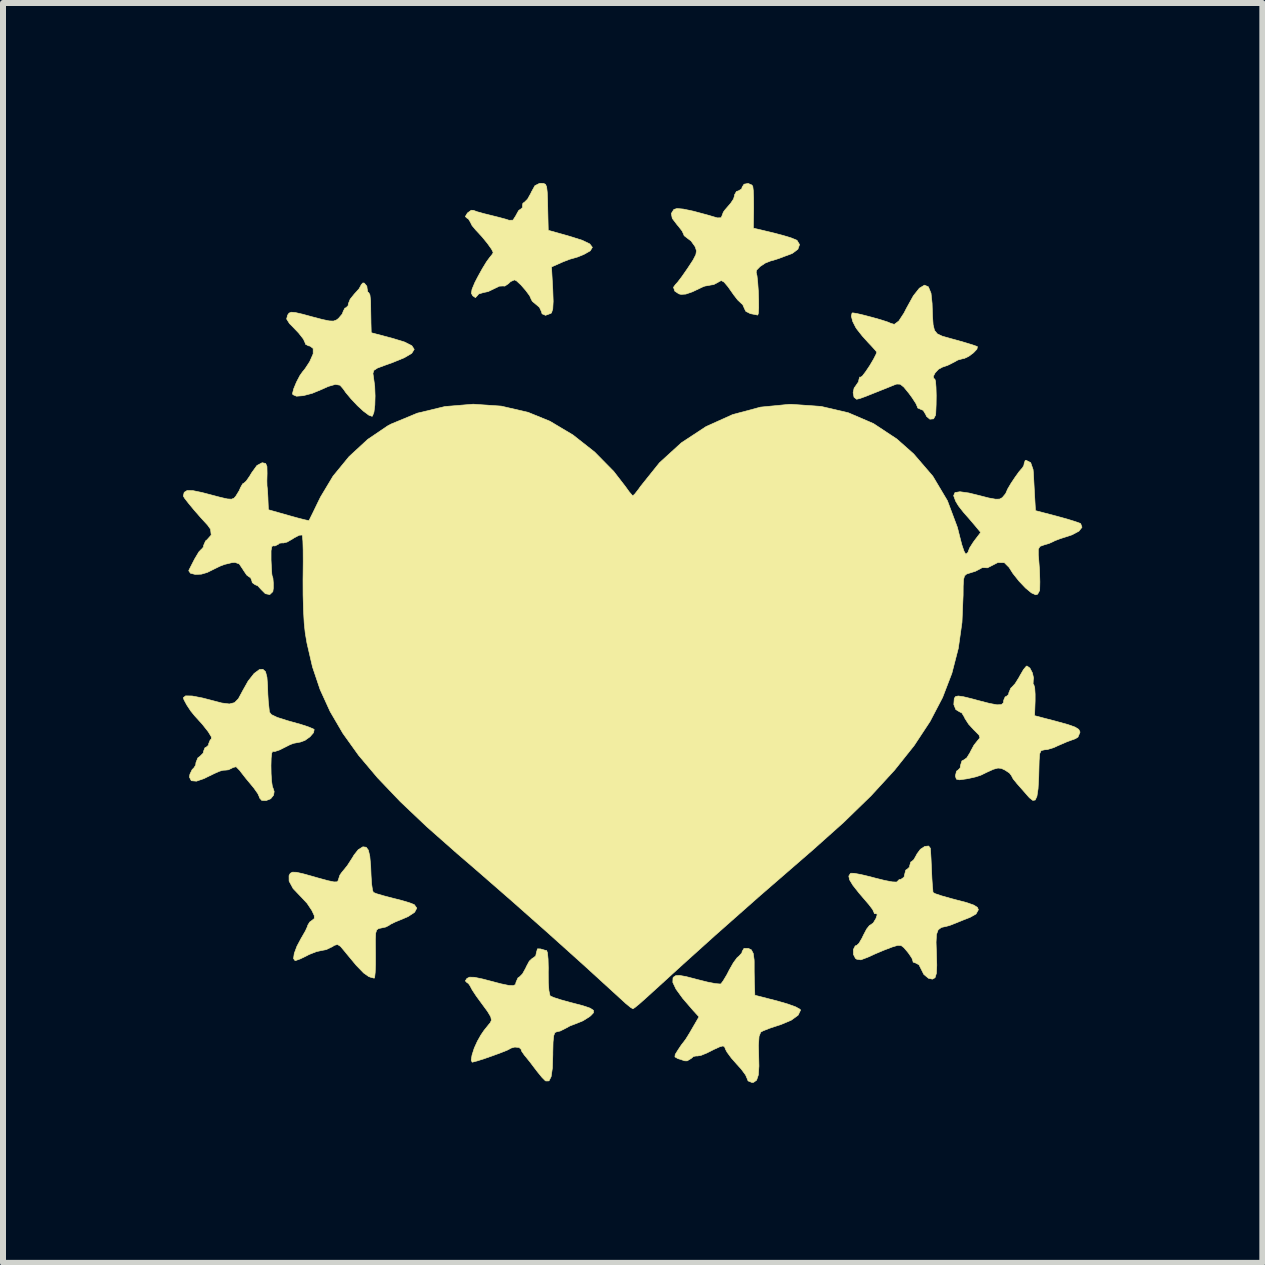
<source format=kicad_pcb>
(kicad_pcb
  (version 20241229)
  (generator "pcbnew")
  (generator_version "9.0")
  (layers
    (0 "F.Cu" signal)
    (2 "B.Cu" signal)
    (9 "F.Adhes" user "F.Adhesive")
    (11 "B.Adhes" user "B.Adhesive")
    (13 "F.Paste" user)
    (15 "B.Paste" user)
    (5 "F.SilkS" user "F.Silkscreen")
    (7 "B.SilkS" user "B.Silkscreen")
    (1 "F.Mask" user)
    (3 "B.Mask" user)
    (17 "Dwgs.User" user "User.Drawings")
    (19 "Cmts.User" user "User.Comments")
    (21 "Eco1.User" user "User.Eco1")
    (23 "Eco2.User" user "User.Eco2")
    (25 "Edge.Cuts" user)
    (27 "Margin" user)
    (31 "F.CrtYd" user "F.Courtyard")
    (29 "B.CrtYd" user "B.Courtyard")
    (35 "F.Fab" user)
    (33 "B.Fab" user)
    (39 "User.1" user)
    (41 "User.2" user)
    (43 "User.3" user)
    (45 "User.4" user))
  (footprint "eu_love"
    (layer "F.Cu")
    (at 6.651 7.964)
    (property "Reference" "eu_love" (at 0 0 0) (layer "F.SilkS") (effects (font (size 1.524 1.524) (thickness 0.3))))
    (attr through_hole)
    (fp_poly (pts (xy 2.772 4.792) (xy 2.821 4.816) (xy 2.852 4.875) (xy 2.867 4.982) (xy 2.868 5.016) (xy 2.868 5.173) (xy 2.871 5.345) (xy 2.872 5.379) (xy 2.879 5.572) (xy 3.26 5.67) (xy 3.432 5.72) (xy 3.561 5.767) (xy 3.632 5.807) (xy 3.641 5.82) (xy 3.6 5.905) (xy 3.486 5.988) (xy 3.308 6.063) (xy 3.256 6.079) (xy 3.121 6.124) (xy 3.016 6.166) (xy 2.977 6.187) (xy 2.949 6.258) (xy 2.939 6.405) (xy 2.942 6.532) (xy 2.947 6.753) (xy 2.937 6.901) (xy 2.908 6.988) (xy 2.858 7.024) (xy 2.832 7.027) (xy 2.766 7) (xy 2.752 6.964) (xy 2.724 6.9) (xy 2.652 6.803) (xy 2.584 6.728) (xy 2.487 6.618) (xy 2.415 6.52) (xy 2.391 6.475) (xy 2.375 6.434) (xy 2.35 6.417) (xy 2.297 6.43) (xy 2.2 6.474) (xy 2.081 6.534) (xy 1.981 6.575) (xy 1.913 6.586) (xy 1.906 6.583) (xy 1.855 6.593) (xy 1.822 6.623) (xy 1.751 6.666) (xy 1.711 6.665) (xy 1.596 6.628) (xy 1.547 6.6) (xy 1.552 6.559) (xy 1.596 6.488) (xy 1.654 6.401) (xy 1.693 6.351) (xy 1.694 6.35) (xy 1.728 6.304) (xy 1.787 6.209) (xy 1.833 6.13) (xy 1.948 5.932) (xy 1.852 5.827) (xy 1.677 5.624) (xy 1.565 5.47) (xy 1.512 5.358) (xy 1.515 5.283) (xy 1.523 5.271) (xy 1.56 5.246) (xy 1.624 5.242) (xy 1.732 5.261) (xy 1.901 5.305) (xy 1.924 5.311) (xy 2.087 5.352) (xy 2.22 5.378) (xy 2.301 5.385) (xy 2.314 5.382) (xy 2.352 5.331) (xy 2.412 5.231) (xy 2.454 5.149) (xy 2.522 5.03) (xy 2.584 4.946) (xy 2.613 4.922) (xy 2.663 4.867) (xy 2.667 4.843) (xy 2.698 4.792) (xy 2.772 4.792)) (stroke (width 0.01) (type solid)) (fill yes) (layer "F.SilkS"))
    (fp_poly (pts (xy -3.63 -6.296) (xy -3.587 -6.244) (xy -3.583 -6.208) (xy -3.572 -6.148) (xy -3.557 -6.138) (xy -3.536 -6.101) (xy -3.525 -6.008) (xy -3.524 -5.98) (xy -3.522 -5.826) (xy -3.519 -5.662) (xy -3.519 -5.645) (xy -3.514 -5.469) (xy -3.154 -5.374) (xy -2.956 -5.313) (xy -2.838 -5.253) (xy -2.798 -5.192) (xy -2.839 -5.126) (xy -2.962 -5.053) (xy -3.166 -4.969) (xy -3.285 -4.927) (xy -3.409 -4.881) (xy -3.47 -4.842) (xy -3.486 -4.791) (xy -3.476 -4.723) (xy -3.456 -4.577) (xy -3.45 -4.416) (xy -3.454 -4.264) (xy -3.469 -4.145) (xy -3.494 -4.08) (xy -3.501 -4.076) (xy -3.554 -4.095) (xy -3.644 -4.162) (xy -3.744 -4.254) (xy -3.852 -4.369) (xy -3.939 -4.473) (xy -3.98 -4.532) (xy -4.034 -4.594) (xy -4.111 -4.608) (xy -4.23 -4.574) (xy -4.33 -4.529) (xy -4.498 -4.459) (xy -4.647 -4.42) (xy -4.76 -4.411) (xy -4.82 -4.437) (xy -4.826 -4.457) (xy -4.806 -4.535) (xy -4.76 -4.646) (xy -4.703 -4.755) (xy -4.655 -4.823) (xy -4.651 -4.826) (xy -4.614 -4.873) (xy -4.555 -4.963) (xy -4.538 -4.99) (xy -4.482 -5.117) (xy -4.482 -5.207) (xy -4.538 -5.248) (xy -4.555 -5.249) (xy -4.609 -5.276) (xy -4.614 -5.296) (xy -4.644 -5.363) (xy -4.725 -5.466) (xy -4.843 -5.589) (xy -4.876 -5.621) (xy -4.924 -5.698) (xy -4.908 -5.762) (xy -4.884 -5.796) (xy -4.846 -5.811) (xy -4.777 -5.805) (xy -4.659 -5.778) (xy -4.505 -5.736) (xy -4.33 -5.69) (xy -4.216 -5.666) (xy -4.145 -5.663) (xy -4.096 -5.68) (xy -4.061 -5.706) (xy -3.998 -5.78) (xy -3.979 -5.83) (xy -3.953 -5.88) (xy -3.937 -5.884) (xy -3.9 -5.919) (xy -3.895 -5.954) (xy -3.865 -6.028) (xy -3.795 -6.115) (xy -3.789 -6.121) (xy -3.717 -6.201) (xy -3.683 -6.263) (xy -3.683 -6.267) (xy -3.653 -6.299) (xy -3.63 -6.296)) (stroke (width 0.01) (type solid)) (fill yes) (layer "F.SilkS"))
    (fp_poly (pts (xy -3.598 3.106) (xy -3.562 3.154) (xy -3.538 3.256) (xy -3.523 3.422) (xy -3.517 3.577) (xy -3.508 3.717) (xy -3.493 3.819) (xy -3.479 3.858) (xy -3.426 3.88) (xy -3.314 3.913) (xy -3.166 3.952) (xy -3.153 3.955) (xy -2.997 3.995) (xy -2.871 4.033) (xy -2.799 4.061) (xy -2.797 4.062) (xy -2.755 4.12) (xy -2.791 4.189) (xy -2.898 4.26) (xy -2.992 4.301) (xy -3.112 4.35) (xy -3.196 4.391) (xy -3.217 4.407) (xy -3.271 4.435) (xy -3.344 4.451) (xy -3.393 4.461) (xy -3.423 4.484) (xy -3.44 4.538) (xy -3.445 4.637) (xy -3.444 4.799) (xy -3.443 4.879) (xy -3.443 5.054) (xy -3.448 5.191) (xy -3.457 5.273) (xy -3.464 5.288) (xy -3.525 5.272) (xy -3.556 5.261) (xy -3.64 5.202) (xy -3.764 5.074) (xy -3.93 4.874) (xy -3.95 4.849) (xy -4.026 4.758) (xy -4.077 4.726) (xy -4.129 4.741) (xy -4.16 4.762) (xy -4.264 4.812) (xy -4.339 4.826) (xy -4.43 4.846) (xy -4.551 4.894) (xy -4.583 4.911) (xy -4.691 4.964) (xy -4.77 4.993) (xy -4.784 4.995) (xy -4.809 4.962) (xy -4.797 4.876) (xy -4.752 4.755) (xy -4.68 4.62) (xy -4.671 4.605) (xy -4.61 4.499) (xy -4.575 4.422) (xy -4.572 4.406) (xy -4.54 4.353) (xy -4.504 4.327) (xy -4.462 4.293) (xy -4.464 4.243) (xy -4.503 4.16) (xy -4.583 4.04) (xy -4.686 3.93) (xy -4.687 3.929) (xy -4.816 3.794) (xy -4.883 3.67) (xy -4.884 3.579) (xy -4.863 3.54) (xy -4.827 3.521) (xy -4.761 3.523) (xy -4.649 3.548) (xy -4.476 3.596) (xy -4.411 3.615) (xy -4.24 3.662) (xy -4.134 3.684) (xy -4.08 3.682) (xy -4.064 3.657) (xy -4.064 3.654) (xy -4.037 3.571) (xy -4.011 3.533) (xy -3.914 3.414) (xy -3.826 3.278) (xy -3.802 3.237) (xy -3.731 3.147) (xy -3.654 3.099) (xy -3.649 3.099) (xy -3.598 3.106)) (stroke (width 0.01) (type solid)) (fill yes) (layer "F.SilkS"))
    (fp_poly (pts (xy 5.771 -6.234) (xy 5.815 -6.127) (xy 5.833 -5.958) (xy 5.84 -5.746) (xy 5.85 -5.601) (xy 5.873 -5.508) (xy 5.92 -5.45) (xy 6.001 -5.412) (xy 6.127 -5.376) (xy 6.216 -5.352) (xy 6.378 -5.306) (xy 6.506 -5.267) (xy 6.58 -5.241) (xy 6.589 -5.236) (xy 6.58 -5.195) (xy 6.523 -5.135) (xy 6.444 -5.076) (xy 6.371 -5.041) (xy 6.351 -5.038) (xy 6.264 -5.015) (xy 6.201 -4.98) (xy 6.092 -4.925) (xy 6.006 -4.896) (xy 5.939 -4.86) (xy 5.883 -4.799) (xy 5.852 -4.738) (xy 5.864 -4.701) (xy 5.878 -4.699) (xy 5.89 -4.661) (xy 5.898 -4.561) (xy 5.902 -4.423) (xy 5.9 -4.271) (xy 5.894 -4.128) (xy 5.891 -4.096) (xy 5.858 -4.034) (xy 5.796 -4.028) (xy 5.74 -4.075) (xy 5.727 -4.106) (xy 5.685 -4.175) (xy 5.647 -4.191) (xy 5.593 -4.215) (xy 5.588 -4.233) (xy 5.564 -4.288) (xy 5.502 -4.384) (xy 5.448 -4.458) (xy 5.362 -4.563) (xy 5.302 -4.611) (xy 5.245 -4.614) (xy 5.205 -4.6) (xy 5.087 -4.552) (xy 4.974 -4.507) (xy 4.839 -4.453) (xy 4.729 -4.409) (xy 4.633 -4.374) (xy 4.575 -4.36) (xy 4.532 -4.394) (xy 4.517 -4.47) (xy 4.534 -4.548) (xy 4.555 -4.576) (xy 4.607 -4.652) (xy 4.614 -4.69) (xy 4.628 -4.732) (xy 4.643 -4.727) (xy 4.672 -4.749) (xy 4.727 -4.821) (xy 4.794 -4.921) (xy 4.856 -5.026) (xy 4.899 -5.11) (xy 4.911 -5.147) (xy 4.884 -5.18) (xy 4.817 -5.254) (xy 4.773 -5.3) (xy 4.67 -5.414) (xy 4.581 -5.527) (xy 4.561 -5.556) (xy 4.51 -5.657) (xy 4.487 -5.746) (xy 4.499 -5.796) (xy 4.51 -5.8) (xy 4.579 -5.789) (xy 4.698 -5.761) (xy 4.839 -5.724) (xy 4.977 -5.685) (xy 5.086 -5.65) (xy 5.138 -5.628) (xy 5.203 -5.608) (xy 5.278 -5.664) (xy 5.365 -5.797) (xy 5.406 -5.877) (xy 5.52 -6.083) (xy 5.621 -6.211) (xy 5.706 -6.262) (xy 5.771 -6.234)) (stroke (width 0.01) (type solid)) (fill yes) (layer "F.SilkS"))
    (fp_poly (pts (xy 2.83 -7.93) (xy 2.845 -7.906) (xy 2.853 -7.84) (xy 2.858 -7.715) (xy 2.859 -7.556) (xy 2.859 -7.533) (xy 2.854 -7.212) (xy 3.187 -7.133) (xy 3.351 -7.09) (xy 3.488 -7.048) (xy 3.573 -7.013) (xy 3.582 -7.008) (xy 3.624 -6.938) (xy 3.596 -6.86) (xy 3.505 -6.792) (xy 3.479 -6.781) (xy 3.362 -6.738) (xy 3.281 -6.707) (xy 3.185 -6.676) (xy 3.141 -6.665) (xy 3.053 -6.63) (xy 2.966 -6.572) (xy 2.908 -6.512) (xy 2.901 -6.476) (xy 2.915 -6.417) (xy 2.927 -6.305) (xy 2.937 -6.163) (xy 2.942 -6.015) (xy 2.943 -5.883) (xy 2.937 -5.792) (xy 2.927 -5.763) (xy 2.868 -5.775) (xy 2.805 -5.787) (xy 2.73 -5.824) (xy 2.709 -5.864) (xy 2.677 -5.937) (xy 2.655 -5.956) (xy 2.593 -6.015) (xy 2.53 -6.096) (xy 2.432 -6.235) (xy 2.367 -6.312) (xy 2.321 -6.338) (xy 2.284 -6.322) (xy 2.277 -6.316) (xy 2.193 -6.271) (xy 2.15 -6.265) (xy 2.045 -6.246) (xy 2 -6.228) (xy 1.839 -6.151) (xy 1.729 -6.113) (xy 1.65 -6.108) (xy 1.614 -6.116) (xy 1.545 -6.162) (xy 1.523 -6.226) (xy 1.556 -6.272) (xy 1.593 -6.312) (xy 1.663 -6.404) (xy 1.75 -6.529) (xy 1.761 -6.545) (xy 1.85 -6.681) (xy 1.896 -6.771) (xy 1.906 -6.834) (xy 1.888 -6.893) (xy 1.879 -6.91) (xy 1.816 -6.998) (xy 1.758 -7.042) (xy 1.701 -7.086) (xy 1.693 -7.108) (xy 1.667 -7.164) (xy 1.602 -7.248) (xy 1.587 -7.264) (xy 1.503 -7.374) (xy 1.487 -7.456) (xy 1.529 -7.523) (xy 1.581 -7.539) (xy 1.686 -7.53) (xy 1.853 -7.495) (xy 2.087 -7.432) (xy 2.254 -7.383) (xy 2.315 -7.385) (xy 2.328 -7.409) (xy 2.354 -7.479) (xy 2.381 -7.516) (xy 2.476 -7.626) (xy 2.524 -7.698) (xy 2.54 -7.753) (xy 2.54 -7.766) (xy 2.573 -7.824) (xy 2.603 -7.832) (xy 2.66 -7.866) (xy 2.667 -7.895) (xy 2.699 -7.944) (xy 2.767 -7.957) (xy 2.83 -7.93)) (stroke (width 0.01) (type solid)) (fill yes) (layer "F.SilkS"))
    (fp_poly (pts (xy -0.642 -7.957) (xy -0.61 -7.942) (xy -0.591 -7.899) (xy -0.581 -7.812) (xy -0.575 -7.667) (xy -0.572 -7.514) (xy -0.564 -7.176) (xy -0.198 -7.073) (xy 0.006 -7.008) (xy 0.128 -6.949) (xy 0.171 -6.892) (xy 0.136 -6.834) (xy 0.032 -6.775) (xy -0.072 -6.732) (xy -0.143 -6.711) (xy -0.148 -6.71) (xy -0.211 -6.692) (xy -0.316 -6.651) (xy -0.35 -6.636) (xy -0.51 -6.565) (xy -0.489 -6.195) (xy -0.482 -5.993) (xy -0.489 -5.865) (xy -0.51 -5.8) (xy -0.52 -5.792) (xy -0.609 -5.759) (xy -0.667 -5.784) (xy -0.677 -5.82) (xy -0.71 -5.891) (xy -0.762 -5.936) (xy -0.828 -5.991) (xy -0.847 -6.024) (xy -0.873 -6.084) (xy -0.938 -6.172) (xy -1.017 -6.263) (xy -1.09 -6.331) (xy -1.127 -6.35) (xy -1.192 -6.321) (xy -1.227 -6.287) (xy -1.288 -6.246) (xy -1.319 -6.248) (xy -1.379 -6.245) (xy -1.461 -6.205) (xy -1.565 -6.155) (xy -1.646 -6.138) (xy -1.723 -6.115) (xy -1.748 -6.085) (xy -1.777 -6.054) (xy -1.822 -6.084) (xy -1.845 -6.126) (xy -1.834 -6.194) (xy -1.787 -6.306) (xy -1.74 -6.397) (xy -1.662 -6.538) (xy -1.591 -6.654) (xy -1.543 -6.719) (xy -1.493 -6.781) (xy -1.482 -6.808) (xy -1.509 -6.862) (xy -1.576 -6.956) (xy -1.665 -7.065) (xy -1.76 -7.168) (xy -1.767 -7.175) (xy -1.834 -7.255) (xy -1.863 -7.314) (xy -1.863 -7.314) (xy -1.896 -7.367) (xy -1.916 -7.377) (xy -1.946 -7.405) (xy -1.911 -7.464) (xy -1.911 -7.464) (xy -1.848 -7.51) (xy -1.812 -7.509) (xy -1.751 -7.486) (xy -1.636 -7.454) (xy -1.531 -7.428) (xy -1.387 -7.392) (xy -1.268 -7.36) (xy -1.218 -7.343) (xy -1.152 -7.345) (xy -1.104 -7.42) (xy -1.102 -7.425) (xy -1.057 -7.506) (xy -1.015 -7.535) (xy -0.988 -7.561) (xy -0.995 -7.578) (xy -0.987 -7.627) (xy -0.962 -7.643) (xy -0.909 -7.695) (xy -0.854 -7.793) (xy -0.846 -7.812) (xy -0.787 -7.919) (xy -0.712 -7.957) (xy -0.691 -7.959) (xy -0.642 -7.957)) (stroke (width 0.01) (type solid)) (fill yes) (layer "F.SilkS"))
    (fp_poly (pts (xy -5.276 0.18) (xy -5.252 0.272) (xy -5.242 0.411) (xy -5.237 0.557) (xy -5.23 0.673) (xy -5.225 0.72) (xy -5.214 0.822) (xy -5.212 0.851) (xy -5.179 0.895) (xy -5.081 0.942) (xy -4.911 0.996) (xy -4.847 1.014) (xy -4.683 1.06) (xy -4.553 1.103) (xy -4.476 1.136) (xy -4.465 1.144) (xy -4.476 1.197) (xy -4.535 1.265) (xy -4.619 1.325) (xy -4.699 1.354) (xy -4.708 1.355) (xy -4.809 1.374) (xy -4.869 1.397) (xy -4.98 1.453) (xy -5.039 1.483) (xy -5.119 1.51) (xy -5.156 1.508) (xy -5.172 1.535) (xy -5.182 1.621) (xy -5.185 1.744) (xy -5.183 1.88) (xy -5.175 2.004) (xy -5.162 2.093) (xy -5.15 2.122) (xy -5.132 2.178) (xy -5.142 2.238) (xy -5.19 2.298) (xy -5.266 2.328) (xy -5.339 2.325) (xy -5.376 2.283) (xy -5.376 2.275) (xy -5.403 2.214) (xy -5.469 2.12) (xy -5.507 2.074) (xy -5.602 1.96) (xy -5.684 1.855) (xy -5.703 1.829) (xy -5.766 1.764) (xy -5.814 1.776) (xy -5.893 1.815) (xy -5.936 1.82) (xy -5.985 1.823) (xy -6.039 1.838) (xy -6.12 1.873) (xy -6.248 1.935) (xy -6.298 1.96) (xy -6.427 2.005) (xy -6.513 1.997) (xy -6.544 1.937) (xy -6.536 1.889) (xy -6.499 1.812) (xy -6.471 1.785) (xy -6.44 1.737) (xy -6.435 1.694) (xy -6.404 1.617) (xy -6.371 1.593) (xy -6.315 1.537) (xy -6.308 1.504) (xy -6.285 1.447) (xy -6.265 1.439) (xy -6.227 1.405) (xy -6.223 1.379) (xy -6.197 1.316) (xy -6.18 1.305) (xy -6.178 1.267) (xy -6.231 1.18) (xy -6.33 1.055) (xy -6.456 0.916) (xy -6.522 0.835) (xy -6.588 0.735) (xy -6.635 0.648) (xy -6.646 0.614) (xy -6.608 0.583) (xy -6.499 0.585) (xy -6.327 0.618) (xy -6.192 0.653) (xy -6.005 0.702) (xy -5.878 0.718) (xy -5.792 0.696) (xy -5.728 0.631) (xy -5.667 0.518) (xy -5.662 0.508) (xy -5.566 0.337) (xy -5.467 0.211) (xy -5.377 0.144) (xy -5.32 0.14) (xy -5.276 0.18)) (stroke (width 0.01) (type solid)) (fill yes) (layer "F.SilkS"))
    (fp_poly (pts (xy -0.695 4.8) (xy -0.616 4.823) (xy -0.592 4.826) (xy -0.577 4.865) (xy -0.567 4.969) (xy -0.563 5.12) (xy -0.564 5.189) (xy -0.563 5.36) (xy -0.553 5.495) (xy -0.536 5.575) (xy -0.529 5.585) (xy -0.47 5.611) (xy -0.352 5.649) (xy -0.2 5.691) (xy -0.18 5.696) (xy 0.014 5.747) (xy 0.135 5.788) (xy 0.19 5.825) (xy 0.19 5.864) (xy 0.144 5.913) (xy 0.127 5.927) (xy 0.015 5.998) (xy -0.085 6.039) (xy -0.203 6.084) (xy -0.274 6.123) (xy -0.366 6.169) (xy -0.422 6.181) (xy -0.454 6.195) (xy -0.473 6.247) (xy -0.484 6.352) (xy -0.488 6.525) (xy -0.488 6.56) (xy -0.495 6.784) (xy -0.516 6.929) (xy -0.552 7) (xy -0.605 7.001) (xy -0.616 6.994) (xy -0.666 6.944) (xy -0.742 6.851) (xy -0.785 6.795) (xy -0.87 6.683) (xy -0.941 6.595) (xy -0.963 6.569) (xy -1.009 6.502) (xy -1.016 6.474) (xy -1.05 6.443) (xy -1.122 6.436) (xy -1.19 6.455) (xy -1.2 6.463) (xy -1.25 6.489) (xy -1.356 6.531) (xy -1.492 6.581) (xy -1.632 6.63) (xy -1.752 6.668) (xy -1.825 6.687) (xy -1.832 6.688) (xy -1.848 6.654) (xy -1.834 6.568) (xy -1.797 6.453) (xy -1.742 6.332) (xy -1.74 6.33) (xy -1.687 6.236) (xy -1.634 6.158) (xy -1.555 6.06) (xy -1.532 6.033) (xy -1.511 5.989) (xy -1.522 5.932) (xy -1.575 5.843) (xy -1.67 5.714) (xy -1.763 5.587) (xy -1.831 5.484) (xy -1.862 5.426) (xy -1.863 5.422) (xy -1.896 5.374) (xy -1.916 5.364) (xy -1.946 5.333) (xy -1.92 5.293) (xy -1.876 5.271) (xy -1.795 5.273) (xy -1.66 5.301) (xy -1.549 5.33) (xy -1.351 5.382) (xy -1.221 5.409) (xy -1.144 5.412) (xy -1.109 5.392) (xy -1.101 5.354) (xy -1.069 5.283) (xy -1.044 5.267) (xy -0.993 5.216) (xy -0.939 5.119) (xy -0.931 5.099) (xy -0.88 5.004) (xy -0.827 4.955) (xy -0.818 4.953) (xy -0.773 4.917) (xy -0.762 4.864) (xy -0.744 4.799) (xy -0.695 4.8)) (stroke (width 0.01) (type solid)) (fill yes) (layer "F.SilkS"))
    (fp_poly (pts (xy 7.463 0.12) (xy 7.505 0.201) (xy 7.524 0.287) (xy 7.519 0.319) (xy 7.516 0.383) (xy 7.528 0.397) (xy 7.543 0.447) (xy 7.55 0.555) (xy 7.55 0.665) (xy 7.541 0.913) (xy 7.919 1.012) (xy 8.102 1.063) (xy 8.217 1.104) (xy 8.277 1.142) (xy 8.297 1.183) (xy 8.297 1.192) (xy 8.264 1.27) (xy 8.223 1.296) (xy 8.076 1.35) (xy 7.919 1.418) (xy 7.864 1.444) (xy 7.757 1.477) (xy 7.705 1.482) (xy 7.65 1.495) (xy 7.625 1.55) (xy 7.617 1.662) (xy 7.61 1.935) (xy 7.599 2.131) (xy 7.58 2.257) (xy 7.551 2.319) (xy 7.511 2.325) (xy 7.456 2.282) (xy 7.421 2.243) (xy 7.335 2.144) (xy 7.25 2.048) (xy 7.184 1.967) (xy 7.155 1.912) (xy 7.154 1.91) (xy 7.121 1.868) (xy 7.048 1.82) (xy 6.988 1.792) (xy 6.931 1.786) (xy 6.856 1.806) (xy 6.741 1.858) (xy 6.645 1.905) (xy 6.563 1.932) (xy 6.44 1.96) (xy 6.401 1.967) (xy 6.289 1.982) (xy 6.238 1.971) (xy 6.223 1.926) (xy 6.223 1.909) (xy 6.24 1.838) (xy 6.265 1.82) (xy 6.3 1.785) (xy 6.308 1.736) (xy 6.33 1.667) (xy 6.361 1.651) (xy 6.411 1.616) (xy 6.465 1.529) (xy 6.472 1.513) (xy 6.531 1.404) (xy 6.593 1.326) (xy 6.596 1.323) (xy 6.63 1.282) (xy 6.615 1.236) (xy 6.542 1.162) (xy 6.533 1.154) (xy 6.442 1.055) (xy 6.38 0.959) (xy 6.374 0.942) (xy 6.329 0.868) (xy 6.287 0.847) (xy 6.228 0.811) (xy 6.195 0.727) (xy 6.202 0.63) (xy 6.204 0.623) (xy 6.225 0.594) (xy 6.269 0.585) (xy 6.354 0.597) (xy 6.494 0.631) (xy 6.593 0.658) (xy 6.787 0.708) (xy 6.914 0.732) (xy 6.988 0.729) (xy 7.021 0.699) (xy 7.027 0.654) (xy 7.051 0.599) (xy 7.07 0.593) (xy 7.108 0.559) (xy 7.112 0.531) (xy 7.144 0.455) (xy 7.165 0.436) (xy 7.217 0.379) (xy 7.28 0.278) (xy 7.299 0.243) (xy 7.356 0.145) (xy 7.403 0.089) (xy 7.414 0.085) (xy 7.463 0.12)) (stroke (width 0.01) (type solid)) (fill yes) (layer "F.SilkS"))
    (fp_poly (pts (xy 5.804 3.122) (xy 5.808 3.177) (xy 5.815 3.293) (xy 5.822 3.447) (xy 5.823 3.471) (xy 5.83 3.627) (xy 5.838 3.746) (xy 5.844 3.807) (xy 5.844 3.81) (xy 5.848 3.859) (xy 5.885 3.88) (xy 5.986 3.914) (xy 6.134 3.956) (xy 6.224 3.98) (xy 6.411 4.029) (xy 6.528 4.07) (xy 6.588 4.108) (xy 6.604 4.148) (xy 6.565 4.218) (xy 6.466 4.274) (xy 6.336 4.325) (xy 6.223 4.371) (xy 6.129 4.408) (xy 6.075 4.423) (xy 5.988 4.442) (xy 5.934 4.482) (xy 5.906 4.559) (xy 5.899 4.689) (xy 5.905 4.863) (xy 5.911 5.071) (xy 5.905 5.206) (xy 5.882 5.28) (xy 5.839 5.304) (xy 5.773 5.29) (xy 5.695 5.225) (xy 5.656 5.147) (xy 5.615 5.066) (xy 5.566 5.038) (xy 5.516 5.02) (xy 5.514 5.004) (xy 5.496 4.953) (xy 5.438 4.868) (xy 5.417 4.842) (xy 5.362 4.778) (xy 5.317 4.744) (xy 5.26 4.741) (xy 5.169 4.768) (xy 5.023 4.824) (xy 4.995 4.836) (xy 4.881 4.884) (xy 4.754 4.942) (xy 4.753 4.942) (xy 4.646 4.982) (xy 4.577 4.972) (xy 4.556 4.958) (xy 4.522 4.892) (xy 4.521 4.81) (xy 4.552 4.75) (xy 4.577 4.741) (xy 4.615 4.706) (xy 4.667 4.617) (xy 4.688 4.572) (xy 4.742 4.469) (xy 4.79 4.409) (xy 4.804 4.402) (xy 4.852 4.368) (xy 4.896 4.296) (xy 4.919 4.229) (xy 4.907 4.215) (xy 4.87 4.211) (xy 4.868 4.2) (xy 4.843 4.144) (xy 4.78 4.061) (xy 4.773 4.053) (xy 4.616 3.87) (xy 4.512 3.738) (xy 4.457 3.647) (xy 4.445 3.586) (xy 4.47 3.546) (xy 4.48 3.539) (xy 4.534 3.54) (xy 4.649 3.561) (xy 4.804 3.598) (xy 4.882 3.619) (xy 5.043 3.659) (xy 5.169 3.683) (xy 5.24 3.686) (xy 5.249 3.68) (xy 5.284 3.645) (xy 5.313 3.641) (xy 5.365 3.605) (xy 5.376 3.556) (xy 5.394 3.487) (xy 5.419 3.471) (xy 5.456 3.437) (xy 5.461 3.408) (xy 5.478 3.351) (xy 5.493 3.344) (xy 5.53 3.31) (xy 5.577 3.226) (xy 5.581 3.217) (xy 5.638 3.14) (xy 5.711 3.092) (xy 5.775 3.085) (xy 5.804 3.122)) (stroke (width 0.01) (type solid)) (fill yes) (layer "F.SilkS"))
    (fp_poly (pts (xy -1.348 -4.246) (xy -0.899 -4.142) (xy -0.536 -3.994) (xy -0.152 -3.765) (xy 0.21 -3.48) (xy 0.527 -3.158) (xy 0.72 -2.908) (xy 0.788 -2.814) (xy 0.836 -2.759) (xy 0.847 -2.752) (xy 0.881 -2.784) (xy 0.943 -2.864) (xy 0.974 -2.908) (xy 1.289 -3.301) (xy 1.655 -3.635) (xy 2.064 -3.904) (xy 2.507 -4.104) (xy 2.973 -4.229) (xy 3.455 -4.276) (xy 3.485 -4.276) (xy 3.983 -4.241) (xy 4.437 -4.135) (xy 4.856 -3.955) (xy 5.245 -3.698) (xy 5.525 -3.45) (xy 5.845 -3.078) (xy 6.088 -2.67) (xy 6.255 -2.224) (xy 6.29 -2.085) (xy 6.328 -1.937) (xy 6.365 -1.828) (xy 6.394 -1.779) (xy 6.397 -1.778) (xy 6.433 -1.811) (xy 6.435 -1.823) (xy 6.459 -1.883) (xy 6.518 -1.976) (xy 6.539 -2.005) (xy 6.643 -2.141) (xy 6.538 -2.267) (xy 6.446 -2.375) (xy 6.362 -2.47) (xy 6.356 -2.477) (xy 6.273 -2.583) (xy 6.226 -2.661) (xy 6.192 -2.753) (xy 6.214 -2.805) (xy 6.297 -2.819) (xy 6.447 -2.798) (xy 6.606 -2.759) (xy 6.778 -2.715) (xy 6.889 -2.695) (xy 6.957 -2.696) (xy 7 -2.719) (xy 7.009 -2.728) (xy 7.059 -2.788) (xy 7.07 -2.813) (xy 7.092 -2.864) (xy 7.147 -2.957) (xy 7.217 -3.062) (xy 7.284 -3.155) (xy 7.329 -3.207) (xy 7.334 -3.21) (xy 7.363 -3.259) (xy 7.366 -3.284) (xy 7.384 -3.338) (xy 7.398 -3.344) (xy 7.476 -3.304) (xy 7.516 -3.189) (xy 7.521 -3.133) (xy 7.528 -3.003) (xy 7.537 -2.837) (xy 7.542 -2.744) (xy 7.556 -2.504) (xy 7.916 -2.41) (xy 8.082 -2.364) (xy 8.215 -2.323) (xy 8.296 -2.294) (xy 8.309 -2.287) (xy 8.331 -2.227) (xy 8.28 -2.162) (xy 8.166 -2.101) (xy 8.095 -2.077) (xy 7.969 -2.037) (xy 7.877 -2.002) (xy 7.853 -1.989) (xy 7.782 -1.957) (xy 7.7 -1.933) (xy 7.631 -1.908) (xy 7.603 -1.861) (xy 7.603 -1.765) (xy 7.607 -1.726) (xy 7.623 -1.517) (xy 7.629 -1.317) (xy 7.626 -1.175) (xy 7.592 -1.112) (xy 7.56 -1.101) (xy 7.489 -1.133) (xy 7.39 -1.215) (xy 7.281 -1.33) (xy 7.18 -1.457) (xy 7.116 -1.558) (xy 7.037 -1.637) (xy 6.928 -1.639) (xy 6.831 -1.589) (xy 6.756 -1.551) (xy 6.716 -1.553) (xy 6.666 -1.553) (xy 6.637 -1.536) (xy 6.556 -1.494) (xy 6.466 -1.466) (xy 6.409 -1.448) (xy 6.374 -1.418) (xy 6.357 -1.357) (xy 6.351 -1.246) (xy 6.35 -1.097) (xy 6.331 -0.642) (xy 6.27 -0.21) (xy 6.163 0.205) (xy 6.008 0.609) (xy 5.799 1.009) (xy 5.534 1.411) (xy 5.207 1.821) (xy 4.816 2.247) (xy 4.355 2.695) (xy 3.822 3.171) (xy 3.768 3.217) (xy 2.964 3.914) (xy 2.214 4.577) (xy 1.679 5.059) (xy 1.502 5.22) (xy 1.328 5.379) (xy 1.176 5.517) (xy 1.066 5.617) (xy 1.064 5.619) (xy 0.959 5.712) (xy 0.88 5.777) (xy 0.847 5.798) (xy 0.805 5.773) (xy 0.727 5.709) (xy 0.699 5.683) (xy 0.053 5.093) (xy -0.559 4.543) (xy -1.16 4.011) (xy -1.775 3.475) (xy -2.075 3.217) (xy -2.587 2.765) (xy -3.03 2.345) (xy -3.407 1.95) (xy -3.725 1.573) (xy -3.987 1.207) (xy -4.199 0.844) (xy -4.366 0.478) (xy -4.493 0.101) (xy -4.585 -0.295) (xy -4.614 -0.466) (xy -4.631 -0.626) (xy -4.643 -0.846) (xy -4.65 -1.098) (xy -4.651 -1.357) (xy -4.65 -1.426) (xy -4.648 -1.652) (xy -4.649 -1.846) (xy -4.653 -1.995) (xy -4.661 -2.082) (xy -4.666 -2.098) (xy -4.715 -2.094) (xy -4.801 -2.049) (xy -4.823 -2.034) (xy -4.917 -1.98) (xy -4.984 -1.964) (xy -4.992 -1.967) (xy -5.046 -1.961) (xy -5.06 -1.945) (xy -5.119 -1.915) (xy -5.141 -1.919) (xy -5.171 -1.908) (xy -5.184 -1.835) (xy -5.184 -1.691) (xy -5.184 -1.679) (xy -5.177 -1.543) (xy -5.171 -1.449) (xy -5.166 -1.418) (xy -5.153 -1.382) (xy -5.146 -1.3) (xy -5.146 -1.21) (xy -5.154 -1.154) (xy -5.205 -1.105) (xy -5.279 -1.12) (xy -5.344 -1.185) (xy -5.406 -1.252) (xy -5.45 -1.27) (xy -5.497 -1.304) (xy -5.503 -1.333) (xy -5.526 -1.39) (xy -5.545 -1.397) (xy -5.59 -1.431) (xy -5.646 -1.514) (xy -5.653 -1.526) (xy -5.713 -1.615) (xy -5.783 -1.641) (xy -5.837 -1.637) (xy -5.957 -1.608) (xy -6.036 -1.578) (xy -6.132 -1.531) (xy -6.247 -1.474) (xy -6.346 -1.445) (xy -6.448 -1.441) (xy -6.527 -1.461) (xy -6.555 -1.501) (xy -6.552 -1.513) (xy -6.458 -1.697) (xy -6.387 -1.816) (xy -6.343 -1.862) (xy -6.34 -1.863) (xy -6.311 -1.897) (xy -6.308 -1.924) (xy -6.275 -1.999) (xy -6.25 -2.019) (xy -6.181 -2.097) (xy -6.192 -2.194) (xy -6.242 -2.264) (xy -6.354 -2.386) (xy -6.465 -2.513) (xy -6.56 -2.628) (xy -6.625 -2.712) (xy -6.646 -2.748) (xy -6.631 -2.809) (xy -6.583 -2.839) (xy -6.488 -2.838) (xy -6.334 -2.806) (xy -6.204 -2.772) (xy -6.026 -2.725) (xy -5.912 -2.699) (xy -5.843 -2.695) (xy -5.802 -2.711) (xy -5.773 -2.742) (xy -5.714 -2.838) (xy -5.692 -2.889) (xy -5.656 -2.952) (xy -5.635 -2.963) (xy -5.597 -2.997) (xy -5.538 -3.082) (xy -5.508 -3.133) (xy -5.419 -3.256) (xy -5.333 -3.302) (xy -5.328 -3.302) (xy -5.274 -3.29) (xy -5.252 -3.239) (xy -5.25 -3.127) (xy -5.25 -3.122) (xy -5.253 -3) (xy -5.251 -2.914) (xy -5.249 -2.9) (xy -5.242 -2.833) (xy -5.236 -2.72) (xy -5.235 -2.688) (xy -5.228 -2.519) (xy -4.893 -2.424) (xy -4.738 -2.381) (xy -4.62 -2.351) (xy -4.557 -2.338) (xy -4.551 -2.339) (xy -4.531 -2.379) (xy -4.482 -2.478) (xy -4.413 -2.621) (xy -4.359 -2.731) (xy -4.151 -3.078) (xy -3.883 -3.405) (xy -3.573 -3.691) (xy -3.241 -3.916) (xy -3.183 -3.947) (xy -2.747 -4.128) (xy -2.286 -4.239) (xy -1.815 -4.278) (xy -1.348 -4.246)) (stroke (width 0.01) (type solid)) (fill yes) (layer "F.SilkS")))
  (gr_rect
    (start -3 -3)
    (end 17.988 17.996)
    (stroke (width 0.1) (type default))
    (fill no)
    (layer "Edge.Cuts")))
</source>
